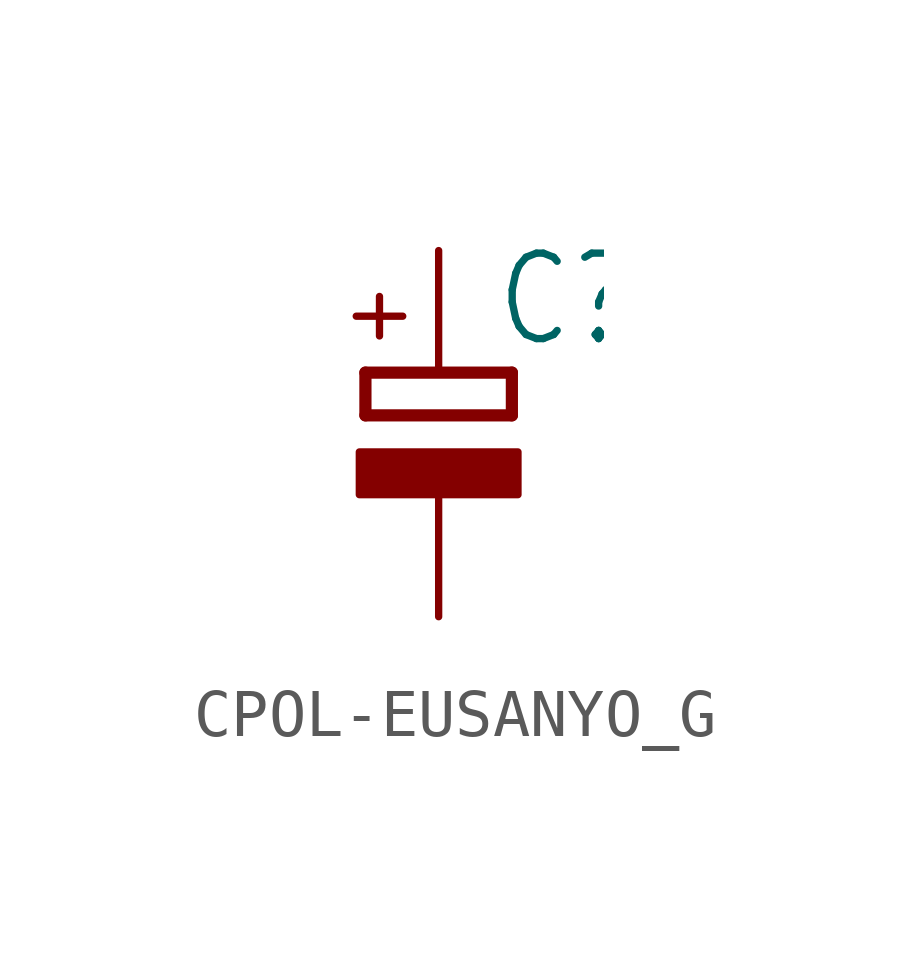
<source format=kicad_sym>
(kicad_symbol_lib
  (version 20231120)
  (generator "kicad_symbol_editor")
  (generator_version "8.0")
  (symbol "CPOL-EUSANYO_G"
    (property "Reference" "C"
      (at 1.143 0.483 0)
      (effects (font (size 1.778 1.511)) (justify left bottom)))
    (property "Value" ""
      (at 1.143 -4.597 0)
      (effects (font (size 1.778 1.511)) (justify left bottom)))
    (property "ki_locked" ""
      (at 0 0 0)
      (effects (font (size 1.27 1.27))))
    (symbol "CPOL-EUSANYO_G_1_0"
      (rectangle (start -1.651 -2.54) (end 1.651 -1.651) (stroke (width 0) (type default)) (fill (type outline)))
      (polyline (pts (xy -1.524 -0.889) (xy 1.524 -0.889)) (stroke (width 0.254) (type solid)) (fill (type none)))
      (polyline (pts (xy -1.524 0) (xy -1.524 -0.889)) (stroke (width 0.254) (type solid)) (fill (type none)))
      (polyline (pts (xy -1.524 0) (xy 1.524 0)) (stroke (width 0.254) (type solid)) (fill (type none)))
      (polyline (pts (xy 1.524 -0.889) (xy 1.524 0)) (stroke (width 0.254) (type solid)) (fill (type none)))
      (text "+" (at -0.584 0.406 900) (effects (font (size 1.27 1.079)) (justify left bottom)))
      (pin passive line (at 0 2.54 270) (length 2.54) (name "+" (effects (font (size 0 0)))) (number "+" (effects (font (size 0 0)))))
      (pin passive line (at 0 -5.08 90) (length 2.54) (name "-" (effects (font (size 0 0)))) (number "-" (effects (font (size 0 0))))))))
</source>
